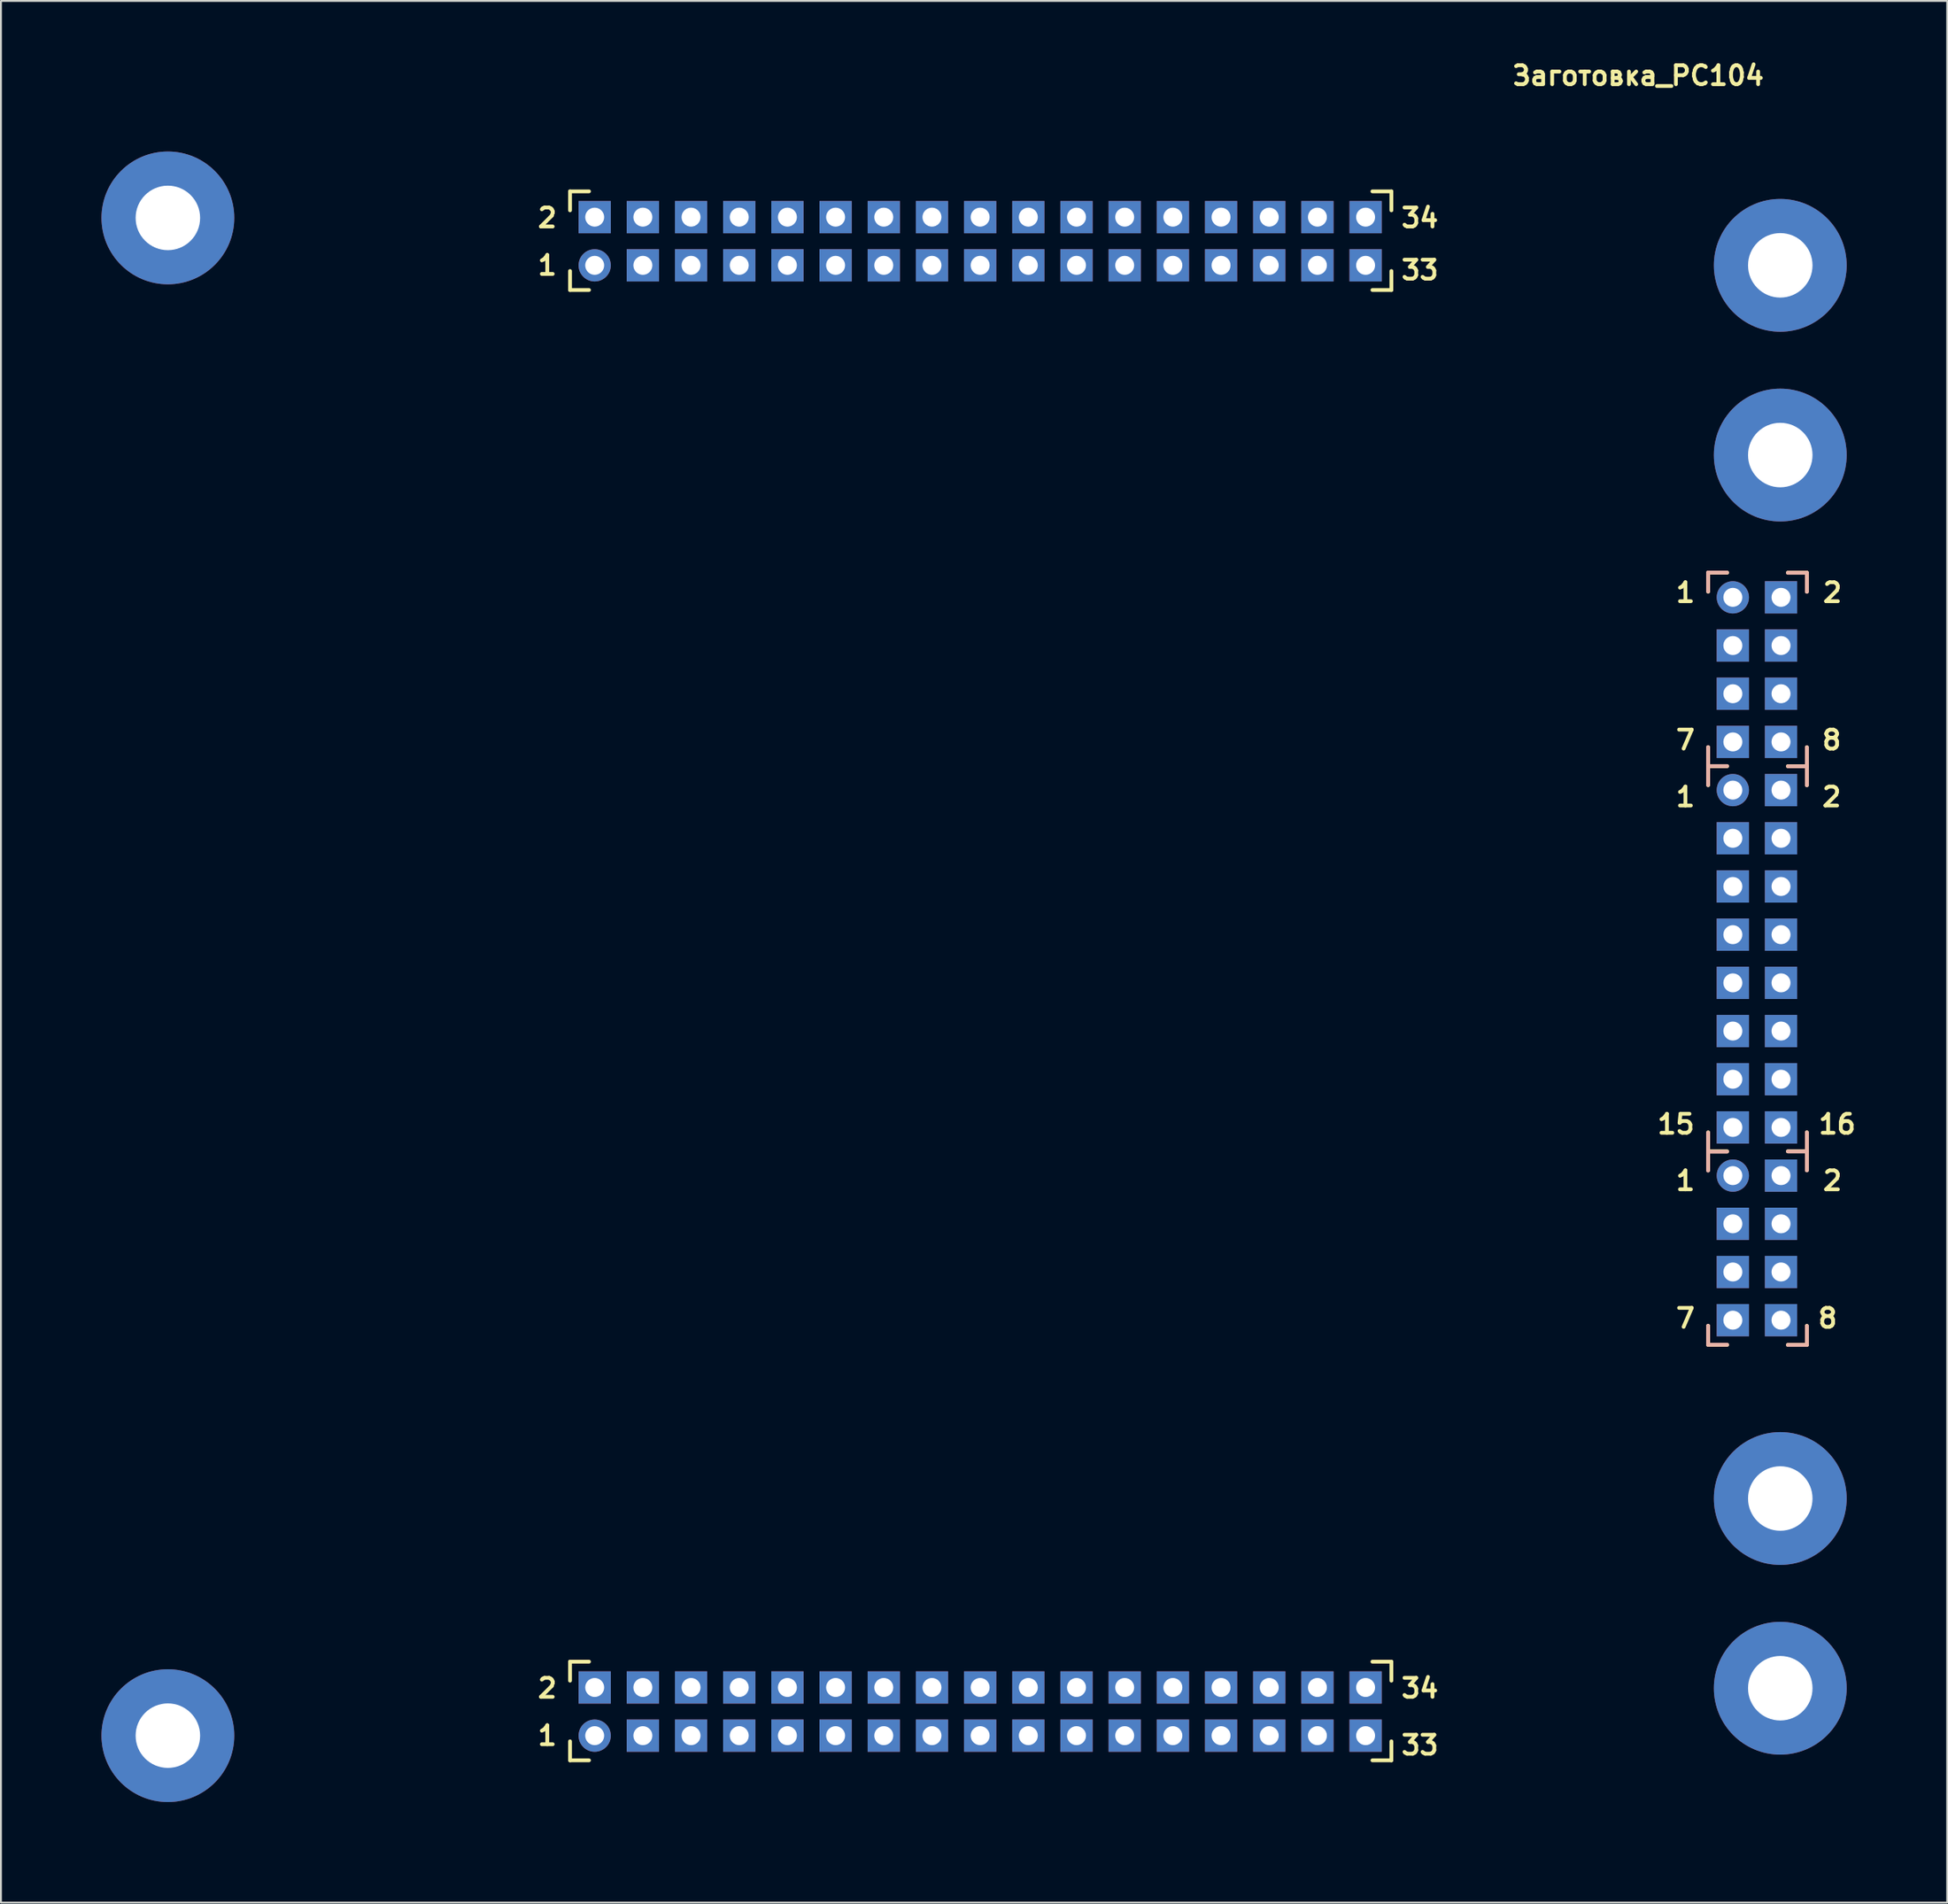
<source format=kicad_pcb>
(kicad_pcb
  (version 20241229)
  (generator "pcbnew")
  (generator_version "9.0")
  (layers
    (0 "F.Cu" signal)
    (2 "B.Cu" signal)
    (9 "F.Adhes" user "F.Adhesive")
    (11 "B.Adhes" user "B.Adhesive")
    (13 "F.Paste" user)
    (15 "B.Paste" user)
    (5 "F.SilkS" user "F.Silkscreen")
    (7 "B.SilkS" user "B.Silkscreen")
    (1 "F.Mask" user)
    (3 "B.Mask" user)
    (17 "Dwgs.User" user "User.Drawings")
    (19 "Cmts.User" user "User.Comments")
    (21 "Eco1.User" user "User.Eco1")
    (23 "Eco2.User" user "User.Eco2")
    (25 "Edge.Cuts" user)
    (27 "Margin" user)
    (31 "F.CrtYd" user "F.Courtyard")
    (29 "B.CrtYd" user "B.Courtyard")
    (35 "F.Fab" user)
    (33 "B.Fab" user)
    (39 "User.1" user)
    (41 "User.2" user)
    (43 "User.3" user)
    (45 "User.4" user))
  (footprint "Заготовка_PC104"
    (layer "F.Cu")
    (at 0.8 93.436)
    (property "Reference" "Заготовка_PC104" (at 82.5 -92.5 0) (layer "F.SilkS") (effects (font (size 1 1) (thickness 0.2))))
    (attr through_hole)
    (fp_line (start 0 -87.5) (end 2.5 -90) (stroke (width 1.6) (type solid)) (layer "F.Mask"))
    (fp_line (start 0 0) (end 0 -87.5) (stroke (width 1.6) (type solid)) (layer "F.Mask"))
    (fp_line (start 2.5 -90) (end 95 -90) (stroke (width 1.6) (type solid)) (layer "F.Mask"))
    (fp_line (start 95 0) (end 0 0) (stroke (width 1.6) (type solid)) (layer "F.Mask"))
    (fp_line (start 95 0) (end 95 -90) (stroke (width 1.6) (type solid)) (layer "F.Mask"))
    (fp_line (start 0 -87.5) (end 2.5 -90) (stroke (width 1.6) (type solid)) (layer "B.Mask"))
    (fp_line (start 0 0) (end 0 -87.5) (stroke (width 1.6) (type solid)) (layer "B.Mask"))
    (fp_line (start 0 0) (end 95 0) (stroke (width 1.6) (type solid)) (layer "B.Mask"))
    (fp_line (start 2.5 -90) (end 95 -90) (stroke (width 1.6) (type solid)) (layer "B.Mask"))
    (fp_line (start 2.5 -90) (end 95 -90) (stroke (width 1.6) (type solid)) (layer "B.Mask"))
    (fp_line (start 95 -90) (end 95 0) (stroke (width 1.6) (type solid)) (layer "B.Mask"))
    (fp_line (start 26.2 -86.4) (end 27.2 -86.4) (stroke (width 0.2) (type solid)) (layer "F.SilkS"))
    (fp_line (start 26.2 -85.4) (end 26.2 -86.4) (stroke (width 0.2) (type solid)) (layer "F.SilkS"))
    (fp_line (start 26.2 -81.2) (end 26.2 -82.2) (stroke (width 0.2) (type solid)) (layer "F.SilkS"))
    (fp_line (start 26.2 -8.9) (end 27.2 -8.9) (stroke (width 0.2) (type solid)) (layer "F.SilkS"))
    (fp_line (start 26.2 -7.9) (end 26.2 -8.9) (stroke (width 0.2) (type solid)) (layer "F.SilkS"))
    (fp_line (start 26.2 -3.7) (end 26.2 -4.7) (stroke (width 0.2) (type solid)) (layer "F.SilkS"))
    (fp_line (start 27.2 -81.2) (end 26.2 -81.2) (stroke (width 0.2) (type solid)) (layer "F.SilkS"))
    (fp_line (start 27.2 -3.7) (end 26.2 -3.7) (stroke (width 0.2) (type solid)) (layer "F.SilkS"))
    (fp_line (start 68.5 -3.7) (end 69.5 -3.7) (stroke (width 0.2) (type solid)) (layer "F.SilkS"))
    (fp_line (start 69.5 -86.4) (end 68.5 -86.4) (stroke (width 0.2) (type solid)) (layer "F.SilkS"))
    (fp_line (start 69.5 -85.4) (end 69.5 -86.4) (stroke (width 0.2) (type solid)) (layer "F.SilkS"))
    (fp_line (start 69.5 -82.2) (end 69.5 -81.2) (stroke (width 0.2) (type solid)) (layer "F.SilkS"))
    (fp_line (start 69.5 -81.2) (end 68.5 -81.2) (stroke (width 0.2) (type solid)) (layer "F.SilkS"))
    (fp_line (start 69.5 -8.9) (end 68.5 -8.9) (stroke (width 0.2) (type solid)) (layer "F.SilkS"))
    (fp_line (start 69.5 -7.9) (end 69.5 -8.9) (stroke (width 0.2) (type solid)) (layer "F.SilkS"))
    (fp_line (start 69.5 -3.7) (end 69.5 -4.7) (stroke (width 0.2) (type solid)) (layer "F.SilkS"))
    (fp_line (start 86.2 -66.3) (end 87.2 -66.3) (stroke (width 0.2) (type solid)) (layer "F.SilkS"))
    (fp_line (start 86.2 -65.3) (end 86.2 -66.3) (stroke (width 0.2) (type solid)) (layer "F.SilkS"))
    (fp_line (start 86.2 -55.1) (end 86.2 -57.1) (stroke (width 0.2) (type solid)) (layer "F.SilkS"))
    (fp_line (start 86.2 -35.8) (end 87.2 -35.8) (stroke (width 0.2) (type solid)) (layer "F.SilkS"))
    (fp_line (start 86.2 -34.8) (end 86.2 -36.8) (stroke (width 0.2) (type solid)) (layer "F.SilkS"))
    (fp_line (start 86.2 -26.6) (end 86.2 -25.6) (stroke (width 0.2) (type solid)) (layer "F.SilkS"))
    (fp_line (start 86.2 -25.6) (end 87.2 -25.6) (stroke (width 0.2) (type solid)) (layer "F.SilkS"))
    (fp_line (start 87.2 -56.1) (end 86.2 -56.1) (stroke (width 0.2) (type solid)) (layer "F.SilkS"))
    (fp_line (start 90.4 -66.3) (end 91.4 -66.3) (stroke (width 0.2) (type solid)) (layer "F.SilkS"))
    (fp_line (start 90.4 -56.1) (end 91.4 -56.1) (stroke (width 0.2) (type solid)) (layer "F.SilkS"))
    (fp_line (start 90.4 -35.8) (end 91.4 -35.8) (stroke (width 0.2) (type solid)) (layer "F.SilkS"))
    (fp_line (start 90.4 -25.6) (end 91.4 -25.6) (stroke (width 0.2) (type solid)) (layer "F.SilkS"))
    (fp_line (start 91.4 -66.3) (end 91.4 -65.3) (stroke (width 0.2) (type solid)) (layer "F.SilkS"))
    (fp_line (start 91.4 -57.1) (end 91.4 -55.1) (stroke (width 0.2) (type solid)) (layer "F.SilkS"))
    (fp_line (start 91.4 -34.8) (end 91.4 -36.8) (stroke (width 0.2) (type solid)) (layer "F.SilkS"))
    (fp_line (start 91.4 -25.6) (end 91.4 -26.6) (stroke (width 0.2) (type solid)) (layer "F.SilkS"))
    (fp_line (start 86.194 -66.307) (end 86.194 -65.307) (stroke (width 0.2) (type solid)) (layer "B.SilkS"))
    (fp_line (start 86.194 -57.107) (end 86.194 -55.107) (stroke (width 0.2) (type solid)) (layer "B.SilkS"))
    (fp_line (start 86.194 -34.782) (end 86.194 -36.782) (stroke (width 0.2) (type solid)) (layer "B.SilkS"))
    (fp_line (start 86.194 -25.607) (end 86.194 -26.607) (stroke (width 0.2) (type solid)) (layer "B.SilkS"))
    (fp_line (start 87.194 -66.307) (end 86.194 -66.307) (stroke (width 0.2) (type solid)) (layer "B.SilkS"))
    (fp_line (start 87.194 -56.107) (end 86.194 -56.107) (stroke (width 0.2) (type solid)) (layer "B.SilkS"))
    (fp_line (start 87.194 -35.782) (end 86.194 -35.782) (stroke (width 0.2) (type solid)) (layer "B.SilkS"))
    (fp_line (start 87.194 -25.607) (end 86.194 -25.607) (stroke (width 0.2) (type solid)) (layer "B.SilkS"))
    (fp_line (start 90.404 -56.094) (end 91.404 -56.094) (stroke (width 0.2) (type solid)) (layer "B.SilkS"))
    (fp_line (start 91.404 -66.294) (end 90.404 -66.294) (stroke (width 0.2) (type solid)) (layer "B.SilkS"))
    (fp_line (start 91.404 -65.294) (end 91.404 -66.294) (stroke (width 0.2) (type solid)) (layer "B.SilkS"))
    (fp_line (start 91.404 -55.094) (end 91.404 -57.094) (stroke (width 0.2) (type solid)) (layer "B.SilkS"))
    (fp_line (start 91.404 -35.794) (end 90.404 -35.794) (stroke (width 0.2) (type solid)) (layer "B.SilkS"))
    (fp_line (start 91.404 -34.794) (end 91.404 -36.794) (stroke (width 0.2) (type solid)) (layer "B.SilkS"))
    (fp_line (start 91.404 -26.594) (end 91.404 -25.594) (stroke (width 0.2) (type solid)) (layer "B.SilkS"))
    (fp_line (start 91.404 -25.594) (end 90.404 -25.594) (stroke (width 0.2) (type solid)) (layer "B.SilkS"))
    (fp_line (start 0 -87.25) (end 0 0) (stroke (width 0.12) (type solid)) (layer "Eco2.User"))
    (fp_line (start 0 0) (end 95 0) (stroke (width 0.12) (type solid)) (layer "Eco2.User"))
    (fp_line (start 2.75 -90) (end 0 -87.25) (stroke (width 0.12) (type solid)) (layer "Eco2.User"))
    (fp_line (start 95 -90) (end 2.75 -90) (stroke (width 0.12) (type solid)) (layer "Eco2.User"))
    (fp_line (start 95 0) (end 95 -90) (stroke (width 0.12) (type solid)) (layer "Eco2.User"))
    (fp_text user "15" (at 84.5 -37.23 0) (layer "F.SilkS") (effects (font (size 1 1) (thickness 0.2))))
    (fp_text user "2" (at 92.75 -65.25 0) (layer "F.SilkS") (effects (font (size 1 1) (thickness 0.2))))
    (fp_text user "16" (at 93 -37.23 0) (layer "F.SilkS") (effects (font (size 1 1) (thickness 0.2))))
    (fp_text user "34" (at 71 -85 0) (layer "F.SilkS") (effects (font (size 1 1) (thickness 0.2))))
    (fp_text user "1" (at 85 -65.25 0) (layer "F.SilkS") (effects (font (size 1 1) (thickness 0.2))))
    (fp_text user "2" (at 92.75 -34.25 0) (layer "F.SilkS") (effects (font (size 1 1) (thickness 0.2))))
    (fp_text user "2" (at 25 -85 0) (layer "F.SilkS") (effects (font (size 1 1) (thickness 0.2))))
    (fp_text user "1" (at 25 -5 0) (layer "F.SilkS") (effects (font (size 1 1) (thickness 0.2))))
    (fp_text user "7" (at 85 -27 0) (layer "F.SilkS") (effects (font (size 1 1) (thickness 0.2))))
    (fp_text user "1" (at 85 -54.48 0) (layer "F.SilkS") (effects (font (size 1 1) (thickness 0.2))))
    (fp_text user "33" (at 71 -82.25 0) (layer "F.SilkS") (effects (font (size 1 1) (thickness 0.2))))
    (fp_text user "8" (at 92.71 -57.48 0) (layer "F.SilkS") (effects (font (size 1 1) (thickness 0.2))))
    (fp_text user "2" (at 92.71 -54.48 0) (layer "F.SilkS") (effects (font (size 1 1) (thickness 0.2))))
    (fp_text user "1" (at 25 -82.5 0) (layer "F.SilkS") (effects (font (size 1 1) (thickness 0.2))))
    (fp_text user "7" (at 85 -57.48 0) (layer "F.SilkS") (effects (font (size 1 1) (thickness 0.2))))
    (fp_text user "2" (at 25 -7.5 0) (layer "F.SilkS") (effects (font (size 1 1) (thickness 0.2))))
    (fp_text user "34" (at 71 -7.5 0) (layer "F.SilkS") (effects (font (size 1 1) (thickness 0.2))))
    (fp_text user "1" (at 85 -34.25 0) (layer "F.SilkS") (effects (font (size 1 1) (thickness 0.2))))
    (fp_text user "8" (at 92.5 -27 0) (layer "F.SilkS") (effects (font (size 1 1) (thickness 0.2))))
    (fp_text user "33" (at 71 -4.5 0) (layer "F.SilkS") (effects (font (size 1 1) (thickness 0.2))))
    (pad "0" thru_hole circle (at 5 -85) (size 7 7) (drill 3.4) (layers "*.Cu" "*.Mask"))
    (pad "0" thru_hole circle (at 5 -5) (size 7 7) (drill 3.4) (layers "*.Cu" "*.Mask"))
    (pad "0" thru_hole circle (at 90 -82.5) (size 7 7) (drill 3.4) (layers "*.Cu" "*.Mask"))
    (pad "0" thru_hole circle (at 90 -72.5) (size 7 7) (drill 3.4) (layers "*.Cu" "*.Mask"))
    (pad "0" thru_hole circle (at 90 -17.5) (size 7 7) (drill 3.4) (layers "*.Cu" "*.Mask"))
    (pad "0" thru_hole circle (at 90 -7.5) (size 7 7) (drill 3.4) (layers "*.Cu" "*.Mask"))
    (pad "1" thru_hole circle (at 87.5 -65) (size 1.7 1.7) (drill 1) (layers "*.Cu" "*.Mask"))
    (pad "1" thru_hole circle (at 87.5 -54.84) (size 1.7 1.7) (drill 1) (layers "*.Cu" "*.Mask"))
    (pad "1.1" thru_hole circle (at 27.5 -82.5) (size 1.7 1.7) (drill 1) (layers "*.Cu" "*.Mask"))
    (pad "1.2" thru_hole rect (at 27.5 -85.04) (size 1.7 1.7) (drill 1) (layers "*.Cu" "*.Mask"))
    (pad "1.3" thru_hole rect (at 30.04 -82.5) (size 1.7 1.7) (drill 1) (layers "*.Cu" "*.Mask"))
    (pad "1.4" thru_hole rect (at 30.04 -85.04) (size 1.7 1.7) (drill 1) (layers "*.Cu" "*.Mask"))
    (pad "1.5" thru_hole rect (at 32.58 -82.5) (size 1.7 1.7) (drill 1) (layers "*.Cu" "*.Mask"))
    (pad "1.6" thru_hole rect (at 32.58 -85.04) (size 1.7 1.7) (drill 1) (layers "*.Cu" "*.Mask"))
    (pad "1.7" thru_hole rect (at 35.12 -82.5) (size 1.7 1.7) (drill 1) (layers "*.Cu" "*.Mask"))
    (pad "1.8" thru_hole rect (at 35.12 -85.04) (size 1.7 1.7) (drill 1) (layers "*.Cu" "*.Mask"))
    (pad "1.9" thru_hole rect (at 37.66 -82.5) (size 1.7 1.7) (drill 1) (layers "*.Cu" "*.Mask"))
    (pad "1.10" thru_hole rect (at 37.66 -85.04) (size 1.7 1.7) (drill 1) (layers "*.Cu" "*.Mask"))
    (pad "1.11" thru_hole rect (at 40.2 -82.5) (size 1.7 1.7) (drill 1) (layers "*.Cu" "*.Mask"))
    (pad "1.12" thru_hole rect (at 40.2 -85.04) (size 1.7 1.7) (drill 1) (layers "*.Cu" "*.Mask"))
    (pad "1.13" thru_hole rect (at 42.74 -82.5) (size 1.7 1.7) (drill 1) (layers "*.Cu" "*.Mask"))
    (pad "1.14" thru_hole rect (at 42.74 -85.04) (size 1.7 1.7) (drill 1) (layers "*.Cu" "*.Mask"))
    (pad "1.15" thru_hole rect (at 45.28 -82.5) (size 1.7 1.7) (drill 1) (layers "*.Cu" "*.Mask"))
    (pad "1.16" thru_hole rect (at 45.28 -85.04) (size 1.7 1.7) (drill 1) (layers "*.Cu" "*.Mask"))
    (pad "1.17" thru_hole rect (at 47.82 -82.5) (size 1.7 1.7) (drill 1) (layers "*.Cu" "*.Mask"))
    (pad "1.18" thru_hole rect (at 47.82 -85.04) (size 1.7 1.7) (drill 1) (layers "*.Cu" "*.Mask"))
    (pad "1.19" thru_hole rect (at 50.36 -82.5) (size 1.7 1.7) (drill 1) (layers "*.Cu" "*.Mask"))
    (pad "1.20" thru_hole rect (at 50.36 -85.04) (size 1.7 1.7) (drill 1) (layers "*.Cu" "*.Mask"))
    (pad "1.21" thru_hole rect (at 52.9 -82.5) (size 1.7 1.7) (drill 1) (layers "*.Cu" "*.Mask"))
    (pad "1.22" thru_hole rect (at 52.9 -85.04) (size 1.7 1.7) (drill 1) (layers "*.Cu" "*.Mask"))
    (pad "1.23" thru_hole rect (at 55.44 -82.5) (size 1.7 1.7) (drill 1) (layers "*.Cu" "*.Mask"))
    (pad "1.24" thru_hole rect (at 55.44 -85.04) (size 1.7 1.7) (drill 1) (layers "*.Cu" "*.Mask"))
    (pad "1.25" thru_hole rect (at 57.98 -82.5) (size 1.7 1.7) (drill 1) (layers "*.Cu" "*.Mask"))
    (pad "1.26" thru_hole rect (at 57.98 -85.04) (size 1.7 1.7) (drill 1) (layers "*.Cu" "*.Mask"))
    (pad "1.27" thru_hole rect (at 60.52 -82.5) (size 1.7 1.7) (drill 1) (layers "*.Cu" "*.Mask"))
    (pad "1.28" thru_hole rect (at 60.52 -85.04) (size 1.7 1.7) (drill 1) (layers "*.Cu" "*.Mask"))
    (pad "1.29" thru_hole rect (at 63.06 -82.5) (size 1.7 1.7) (drill 1) (layers "*.Cu" "*.Mask"))
    (pad "1.30" thru_hole rect (at 63.06 -85.04) (size 1.7 1.7) (drill 1) (layers "*.Cu" "*.Mask"))
    (pad "1.31" thru_hole rect (at 65.6 -82.5) (size 1.7 1.7) (drill 1) (layers "*.Cu" "*.Mask"))
    (pad "1.32" thru_hole rect (at 65.6 -85.04) (size 1.7 1.7) (drill 1) (layers "*.Cu" "*.Mask"))
    (pad "1.33" thru_hole rect (at 68.14 -82.5) (size 1.7 1.7) (drill 1) (layers "*.Cu" "*.Mask"))
    (pad "1.34" thru_hole rect (at 68.14 -85.04) (size 1.7 1.7) (drill 1) (layers "*.Cu" "*.Mask"))
    (pad "2" thru_hole rect (at 90.04 -65) (size 1.7 1.7) (drill 1) (layers "*.Cu" "*.Mask"))
    (pad "2" thru_hole rect (at 90.04 -54.84) (size 1.7 1.7) (drill 1) (layers "*.Cu" "*.Mask"))
    (pad "2.1" thru_hole circle (at 27.5 -5) (size 1.7 1.7) (drill 1) (layers "*.Cu" "*.Mask"))
    (pad "2.2" thru_hole rect (at 27.5 -7.54) (size 1.7 1.7) (drill 1) (layers "*.Cu" "*.Mask"))
    (pad "2.3" thru_hole rect (at 30.04 -5) (size 1.7 1.7) (drill 1) (layers "*.Cu" "*.Mask"))
    (pad "2.4" thru_hole rect (at 30.04 -7.54) (size 1.7 1.7) (drill 1) (layers "*.Cu" "*.Mask"))
    (pad "2.5" thru_hole rect (at 32.58 -5) (size 1.7 1.7) (drill 1) (layers "*.Cu" "*.Mask"))
    (pad "2.6" thru_hole rect (at 32.58 -7.54) (size 1.7 1.7) (drill 1) (layers "*.Cu" "*.Mask"))
    (pad "2.7" thru_hole rect (at 35.12 -5) (size 1.7 1.7) (drill 1) (layers "*.Cu" "*.Mask"))
    (pad "2.8" thru_hole rect (at 35.12 -7.54) (size 1.7 1.7) (drill 1) (layers "*.Cu" "*.Mask"))
    (pad "2.9" thru_hole rect (at 37.66 -5) (size 1.7 1.7) (drill 1) (layers "*.Cu" "*.Mask"))
    (pad "2.10" thru_hole rect (at 37.66 -7.54) (size 1.7 1.7) (drill 1) (layers "*.Cu" "*.Mask"))
    (pad "2.11" thru_hole rect (at 40.2 -5) (size 1.7 1.7) (drill 1) (layers "*.Cu" "*.Mask"))
    (pad "2.12" thru_hole rect (at 40.2 -7.54) (size 1.7 1.7) (drill 1) (layers "*.Cu" "*.Mask"))
    (pad "2.13" thru_hole rect (at 42.74 -5) (size 1.7 1.7) (drill 1) (layers "*.Cu" "*.Mask"))
    (pad "2.14" thru_hole rect (at 42.74 -7.54) (size 1.7 1.7) (drill 1) (layers "*.Cu" "*.Mask"))
    (pad "2.15" thru_hole rect (at 45.28 -5) (size 1.7 1.7) (drill 1) (layers "*.Cu" "*.Mask"))
    (pad "2.16" thru_hole rect (at 45.28 -7.54) (size 1.7 1.7) (drill 1) (layers "*.Cu" "*.Mask"))
    (pad "2.17" thru_hole rect (at 47.82 -5) (size 1.7 1.7) (drill 1) (layers "*.Cu" "*.Mask"))
    (pad "2.18" thru_hole rect (at 47.82 -7.54) (size 1.7 1.7) (drill 1) (layers "*.Cu" "*.Mask"))
    (pad "2.19" thru_hole rect (at 50.36 -5) (size 1.7 1.7) (drill 1) (layers "*.Cu" "*.Mask"))
    (pad "2.20" thru_hole rect (at 50.36 -7.54) (size 1.7 1.7) (drill 1) (layers "*.Cu" "*.Mask"))
    (pad "2.21" thru_hole rect (at 52.9 -5) (size 1.7 1.7) (drill 1) (layers "*.Cu" "*.Mask"))
    (pad "2.22" thru_hole rect (at 52.9 -7.54) (size 1.7 1.7) (drill 1) (layers "*.Cu" "*.Mask"))
    (pad "2.23" thru_hole rect (at 55.44 -5) (size 1.7 1.7) (drill 1) (layers "*.Cu" "*.Mask"))
    (pad "2.24" thru_hole rect (at 55.44 -7.54) (size 1.7 1.7) (drill 1) (layers "*.Cu" "*.Mask"))
    (pad "2.25" thru_hole rect (at 57.98 -5) (size 1.7 1.7) (drill 1) (layers "*.Cu" "*.Mask"))
    (pad "2.26" thru_hole rect (at 57.98 -7.54) (size 1.7 1.7) (drill 1) (layers "*.Cu" "*.Mask"))
    (pad "2.27" thru_hole rect (at 60.52 -5) (size 1.7 1.7) (drill 1) (layers "*.Cu" "*.Mask"))
    (pad "2.28" thru_hole rect (at 60.52 -7.54) (size 1.7 1.7) (drill 1) (layers "*.Cu" "*.Mask"))
    (pad "2.29" thru_hole rect (at 63.06 -5) (size 1.7 1.7) (drill 1) (layers "*.Cu" "*.Mask"))
    (pad "2.30" thru_hole rect (at 63.06 -7.54) (size 1.7 1.7) (drill 1) (layers "*.Cu" "*.Mask"))
    (pad "2.31" thru_hole rect (at 65.6 -5) (size 1.7 1.7) (drill 1) (layers "*.Cu" "*.Mask"))
    (pad "2.32" thru_hole rect (at 65.6 -7.54) (size 1.7 1.7) (drill 1) (layers "*.Cu" "*.Mask"))
    (pad "2.33" thru_hole rect (at 68.14 -5) (size 1.7 1.7) (drill 1) (layers "*.Cu" "*.Mask"))
    (pad "2.34" thru_hole rect (at 68.14 -7.54) (size 1.7 1.7) (drill 1) (layers "*.Cu" "*.Mask"))
    (pad "3" thru_hole rect (at 87.5 -62.46) (size 1.7 1.7) (drill 1) (layers "*.Cu" "*.Mask"))
    (pad "3" thru_hole rect (at 87.5 -52.3) (size 1.7 1.7) (drill 1) (layers "*.Cu" "*.Mask"))
    (pad "4" thru_hole rect (at 90.04 -62.46) (size 1.7 1.7) (drill 1) (layers "*.Cu" "*.Mask"))
    (pad "4" thru_hole rect (at 90.04 -52.3) (size 1.7 1.7) (drill 1) (layers "*.Cu" "*.Mask"))
    (pad "5" thru_hole rect (at 87.5 -59.92) (size 1.7 1.7) (drill 1) (layers "*.Cu" "*.Mask"))
    (pad "5" thru_hole rect (at 87.5 -49.76) (size 1.7 1.7) (drill 1) (layers "*.Cu" "*.Mask"))
    (pad "6" thru_hole rect (at 90.04 -59.92) (size 1.7 1.7) (drill 1) (layers "*.Cu" "*.Mask"))
    (pad "6" thru_hole rect (at 90.04 -49.76) (size 1.7 1.7) (drill 1) (layers "*.Cu" "*.Mask"))
    (pad "7" thru_hole rect (at 87.5 -57.38) (size 1.7 1.7) (drill 1) (layers "*.Cu" "*.Mask"))
    (pad "7" thru_hole rect (at 87.5 -47.22) (size 1.7 1.7) (drill 1) (layers "*.Cu" "*.Mask"))
    (pad "8" thru_hole rect (at 90.04 -57.38) (size 1.7 1.7) (drill 1) (layers "*.Cu" "*.Mask"))
    (pad "8" thru_hole rect (at 90.04 -47.22) (size 1.7 1.7) (drill 1) (layers "*.Cu" "*.Mask"))
    (pad "9" thru_hole rect (at 87.5 -44.68) (size 1.7 1.7) (drill 1) (layers "*.Cu" "*.Mask"))
    (pad "9" thru_hole circle (at 87.5 -34.52) (size 1.7 1.7) (drill 1) (layers "*.Cu" "*.Mask"))
    (pad "10" thru_hole rect (at 90.04 -44.68) (size 1.7 1.7) (drill 1) (layers "*.Cu" "*.Mask"))
    (pad "10" thru_hole rect (at 90.04 -34.52) (size 1.7 1.7) (drill 1) (layers "*.Cu" "*.Mask"))
    (pad "11" thru_hole rect (at 87.5 -42.14) (size 1.7 1.7) (drill 1) (layers "*.Cu" "*.Mask"))
    (pad "11" thru_hole rect (at 87.5 -31.98) (size 1.7 1.7) (drill 1) (layers "*.Cu" "*.Mask"))
    (pad "12" thru_hole rect (at 90.04 -42.14) (size 1.7 1.7) (drill 1) (layers "*.Cu" "*.Mask"))
    (pad "12" thru_hole rect (at 90.04 -31.98) (size 1.7 1.7) (drill 1) (layers "*.Cu" "*.Mask"))
    (pad "13" thru_hole rect (at 87.5 -39.6) (size 1.7 1.7) (drill 1) (layers "*.Cu" "*.Mask"))
    (pad "13" thru_hole rect (at 87.5 -29.44) (size 1.7 1.7) (drill 1) (layers "*.Cu" "*.Mask"))
    (pad "14" thru_hole rect (at 90.04 -39.6) (size 1.7 1.7) (drill 1) (layers "*.Cu" "*.Mask"))
    (pad "14" thru_hole rect (at 90.04 -29.44) (size 1.7 1.7) (drill 1) (layers "*.Cu" "*.Mask"))
    (pad "15" thru_hole rect (at 87.5 -37.06) (size 1.7 1.7) (drill 1) (layers "*.Cu" "*.Mask"))
    (pad "15" thru_hole rect (at 87.5 -26.9) (size 1.7 1.7) (drill 1) (layers "*.Cu" "*.Mask"))
    (pad "16" thru_hole rect (at 90.04 -37.06) (size 1.7 1.7) (drill 1) (layers "*.Cu" "*.Mask"))
    (pad "16" thru_hole rect (at 90.04 -26.9) (size 1.7 1.7) (drill 1) (layers "*.Cu" "*.Mask")))
  (gr_rect
    (start -3 -3)
    (end 99.6 97.236)
    (stroke (width 0.1) (type default))
    (fill no)
    (layer "Edge.Cuts")))
</source>
